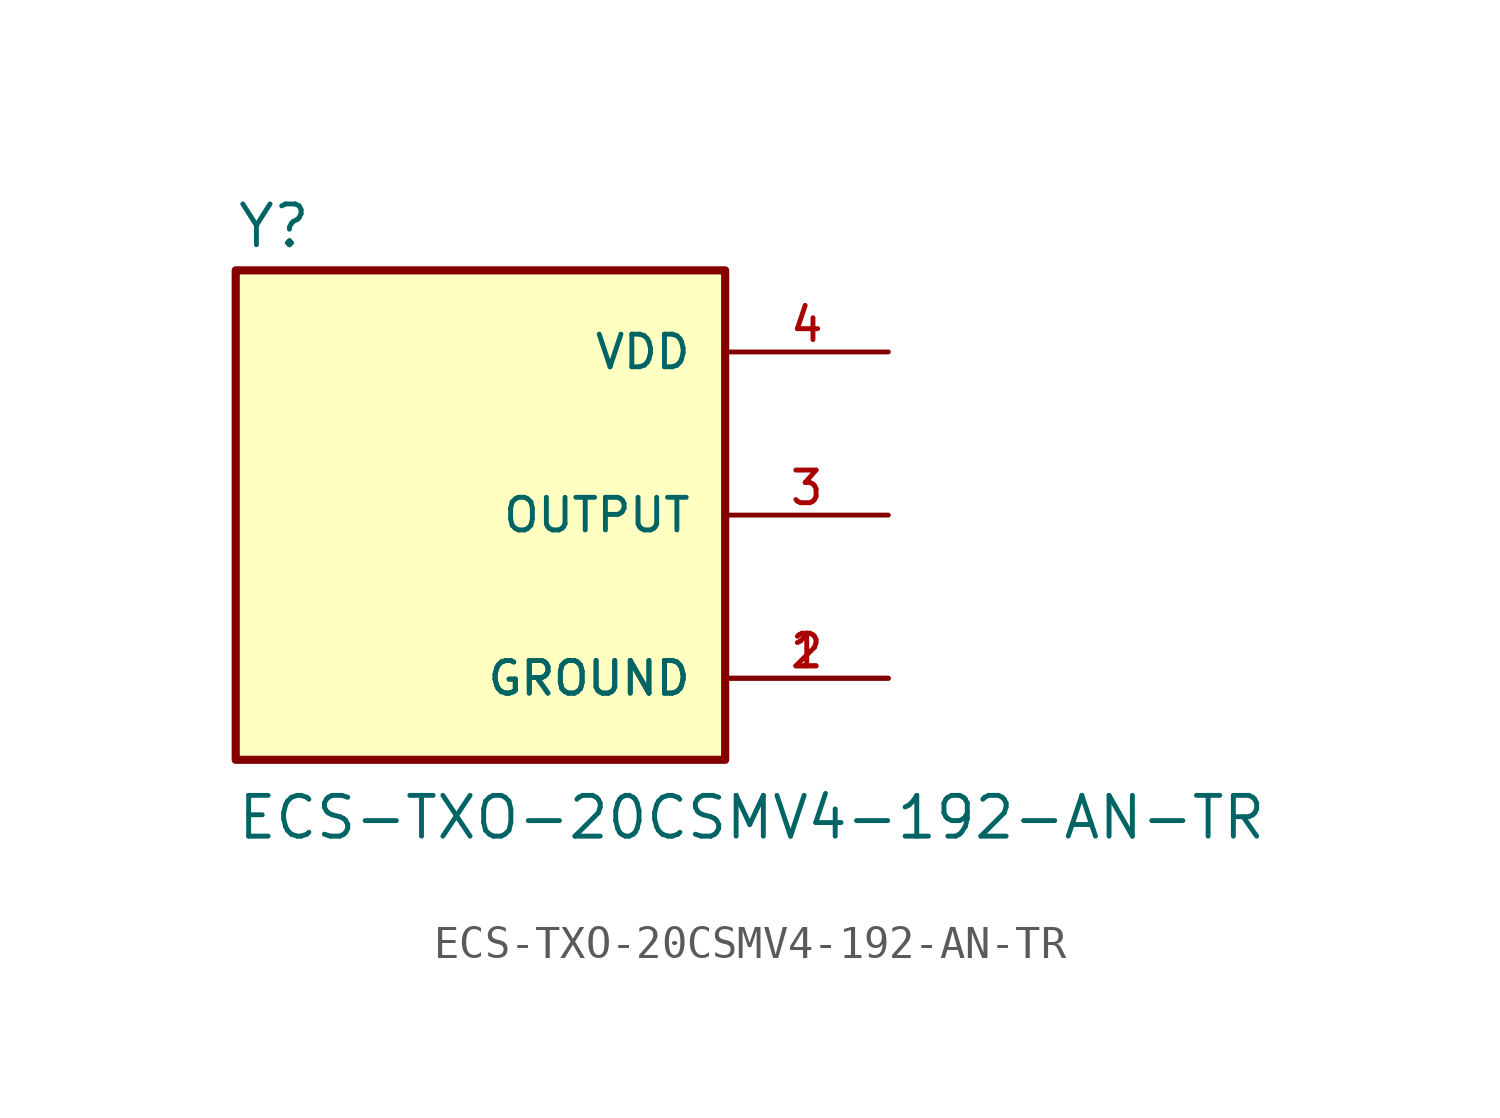
<source format=kicad_sym>
(kicad_symbol_lib
  (version 20211014)
  (generator kicad_symbol_editor)
  (symbol "ECS-TXO-20CSMV4-192-AN-TR"
    (pin_names
      (offset 1.016))
    (property "Reference" "Y"
      (at -7.62 8.255 0)
      (effects (font (size 1.27 1.27)) (justify bottom left)))
    (property "Value" "ECS-TXO-20CSMV4-192-AN-TR"
      (at -7.62 -10.16 0)
      (effects (font (size 1.27 1.27)) (justify bottom left)))
    (symbol "ECS-TXO-20CSMV4-192-AN-TR_0_0"
      (rectangle (start -7.62 -7.62) (end 7.62 7.62) (stroke (width 0.254)) (fill (type background)))
      (pin power_in line (at 12.7 -5.08 180.0) (length 5.08) (name "GROUND" (effects (font (size 1.016 1.016)))) (number "1" (effects (font (size 1.016 1.016)))))
      (pin power_in line (at 12.7 -5.08 180.0) (length 5.08) (name "GROUND" (effects (font (size 1.016 1.016)))) (number "2" (effects (font (size 1.016 1.016)))))
      (pin output line (at 12.7 0.0 180.0) (length 5.08) (name "OUTPUT" (effects (font (size 1.016 1.016)))) (number "3" (effects (font (size 1.016 1.016)))))
      (pin power_in line (at 12.7 5.08 180.0) (length 5.08) (name "VDD" (effects (font (size 1.016 1.016)))) (number "4" (effects (font (size 1.016 1.016))))))))
</source>
